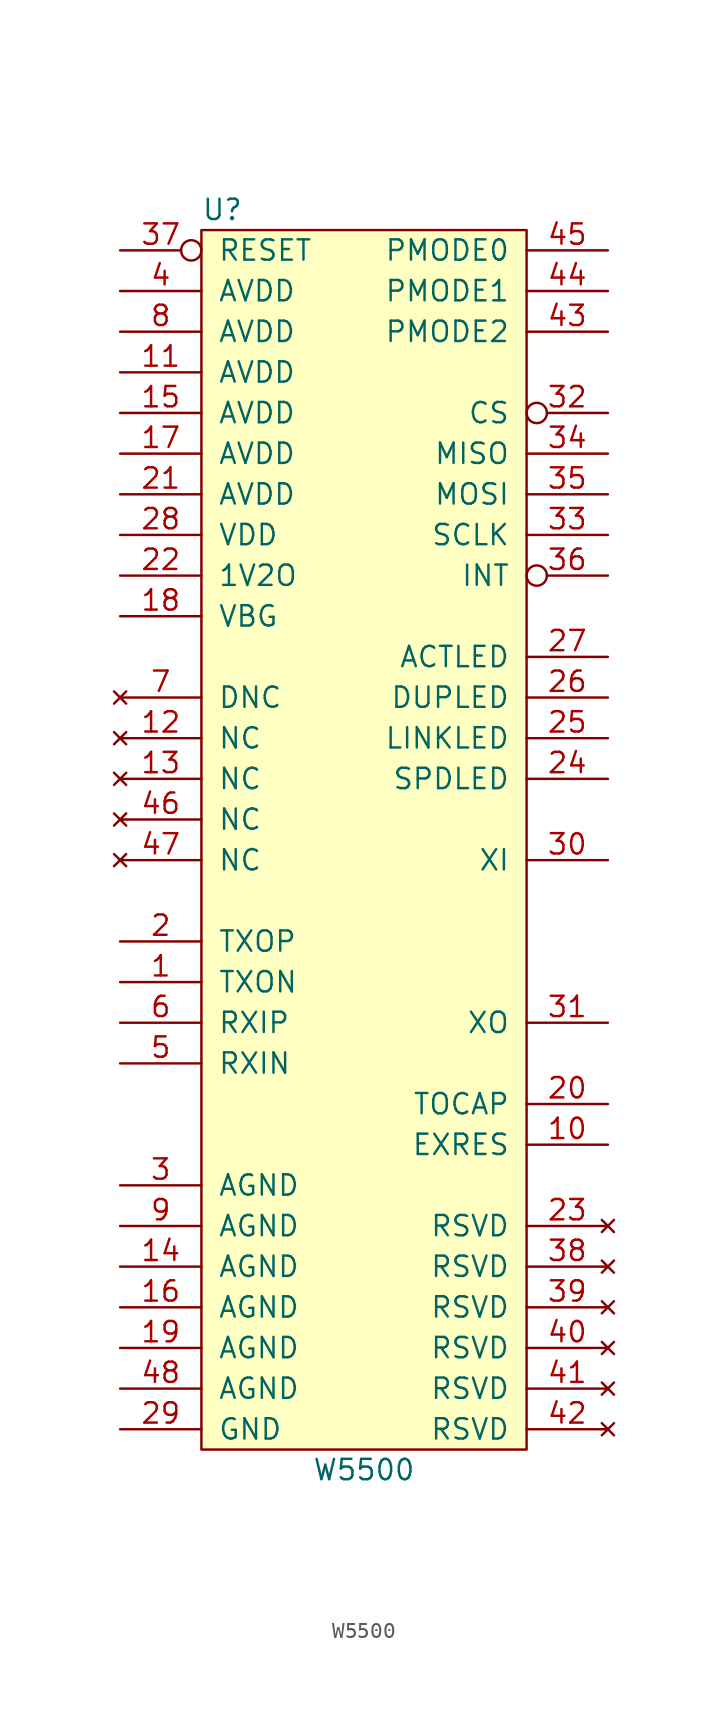
<source format=kicad_sym>
(kicad_symbol_lib
  (version 20211014)
  (generator kicad_symbol_editor)
  (symbol "W5500"
    (pin_names
      (offset 1.016))
    (property "Reference" "U"
      (at -10.16 44.45 0)
      (effects (font (size 1.27 1.27)) (justify left)))
    (property "Value" "W5500"
      (at 0 -34.29 0)
      (effects (font (size 1.27 1.27))))
    (symbol "W5500_0_1"
      (rectangle (start -10.16 43.18) (end 10.16 -33.02) (stroke (width 0) (type default) (color 0 0 0 0)) (fill (type background))))
    (symbol "W5500_1_1"
      (pin output line (at -15.24 -3.81 0) (length 5.08) (name "TXON" (effects (font (size 1.27 1.27)))) (number "1" (effects (font (size 1.27 1.27)))))
      (pin output line (at 15.24 -13.97 180) (length 5.08) (name "EXRES" (effects (font (size 1.27 1.27)))) (number "10" (effects (font (size 1.27 1.27)))))
      (pin power_in line (at -15.24 34.29 0) (length 5.08) (name "AVDD" (effects (font (size 1.27 1.27)))) (number "11" (effects (font (size 1.27 1.27)))))
      (pin no_connect line (at -15.24 11.43 0) (length 5.08) (name "NC" (effects (font (size 1.27 1.27)))) (number "12" (effects (font (size 1.27 1.27)))))
      (pin no_connect line (at -15.24 8.89 0) (length 5.08) (name "NC" (effects (font (size 1.27 1.27)))) (number "13" (effects (font (size 1.27 1.27)))))
      (pin power_in line (at -15.24 -21.59 0) (length 5.08) (name "AGND" (effects (font (size 1.27 1.27)))) (number "14" (effects (font (size 1.27 1.27)))))
      (pin power_in line (at -15.24 31.75 0) (length 5.08) (name "AVDD" (effects (font (size 1.27 1.27)))) (number "15" (effects (font (size 1.27 1.27)))))
      (pin power_in line (at -15.24 -24.13 0) (length 5.08) (name "AGND" (effects (font (size 1.27 1.27)))) (number "16" (effects (font (size 1.27 1.27)))))
      (pin power_in line (at -15.24 29.21 0) (length 5.08) (name "AVDD" (effects (font (size 1.27 1.27)))) (number "17" (effects (font (size 1.27 1.27)))))
      (pin power_out line (at -15.24 19.05 0) (length 5.08) (name "VBG" (effects (font (size 1.27 1.27)))) (number "18" (effects (font (size 1.27 1.27)))))
      (pin power_in line (at -15.24 -26.67 0) (length 5.08) (name "AGND" (effects (font (size 1.27 1.27)))) (number "19" (effects (font (size 1.27 1.27)))))
      (pin output line (at -15.24 -1.27 0) (length 5.08) (name "TXOP" (effects (font (size 1.27 1.27)))) (number "2" (effects (font (size 1.27 1.27)))))
      (pin output line (at 15.24 -11.43 180) (length 5.08) (name "TOCAP" (effects (font (size 1.27 1.27)))) (number "20" (effects (font (size 1.27 1.27)))))
      (pin power_in line (at -15.24 26.67 0) (length 5.08) (name "AVDD" (effects (font (size 1.27 1.27)))) (number "21" (effects (font (size 1.27 1.27)))))
      (pin power_out line (at -15.24 21.59 0) (length 5.08) (name "1V2O" (effects (font (size 1.27 1.27)))) (number "22" (effects (font (size 1.27 1.27)))))
      (pin no_connect line (at 15.24 -19.05 180) (length 5.08) (name "RSVD" (effects (font (size 1.27 1.27)))) (number "23" (effects (font (size 1.27 1.27)))))
      (pin output line (at 15.24 8.89 180) (length 5.08) (name "SPDLED" (effects (font (size 1.27 1.27)))) (number "24" (effects (font (size 1.27 1.27)))))
      (pin output line (at 15.24 11.43 180) (length 5.08) (name "LINKLED" (effects (font (size 1.27 1.27)))) (number "25" (effects (font (size 1.27 1.27)))))
      (pin output line (at 15.24 13.97 180) (length 5.08) (name "DUPLED" (effects (font (size 1.27 1.27)))) (number "26" (effects (font (size 1.27 1.27)))))
      (pin output line (at 15.24 16.51 180) (length 5.08) (name "ACTLED" (effects (font (size 1.27 1.27)))) (number "27" (effects (font (size 1.27 1.27)))))
      (pin power_in line (at -15.24 24.13 0) (length 5.08) (name "VDD" (effects (font (size 1.27 1.27)))) (number "28" (effects (font (size 1.27 1.27)))))
      (pin power_in line (at -15.24 -31.75 0) (length 5.08) (name "GND" (effects (font (size 1.27 1.27)))) (number "29" (effects (font (size 1.27 1.27)))))
      (pin power_in line (at -15.24 -16.51 0) (length 5.08) (name "AGND" (effects (font (size 1.27 1.27)))) (number "3" (effects (font (size 1.27 1.27)))))
      (pin input line (at 15.24 3.81 180) (length 5.08) (name "XI" (effects (font (size 1.27 1.27)))) (number "30" (effects (font (size 1.27 1.27)))))
      (pin input line (at 15.24 -6.35 180) (length 5.08) (name "XO" (effects (font (size 1.27 1.27)))) (number "31" (effects (font (size 1.27 1.27)))))
      (pin input inverted (at 15.24 31.75 180) (length 5.08) (name "CS" (effects (font (size 1.27 1.27)))) (number "32" (effects (font (size 1.27 1.27)))))
      (pin input line (at 15.24 24.13 180) (length 5.08) (name "SCLK" (effects (font (size 1.27 1.27)))) (number "33" (effects (font (size 1.27 1.27)))))
      (pin output line (at 15.24 29.21 180) (length 5.08) (name "MISO" (effects (font (size 1.27 1.27)))) (number "34" (effects (font (size 1.27 1.27)))))
      (pin input line (at 15.24 26.67 180) (length 5.08) (name "MOSI" (effects (font (size 1.27 1.27)))) (number "35" (effects (font (size 1.27 1.27)))))
      (pin output inverted (at 15.24 21.59 180) (length 5.08) (name "INT" (effects (font (size 1.27 1.27)))) (number "36" (effects (font (size 1.27 1.27)))))
      (pin input inverted (at -15.24 41.91 0) (length 5.08) (name "RESET" (effects (font (size 1.27 1.27)))) (number "37" (effects (font (size 1.27 1.27)))))
      (pin no_connect line (at 15.24 -21.59 180) (length 5.08) (name "RSVD" (effects (font (size 1.27 1.27)))) (number "38" (effects (font (size 1.27 1.27)))))
      (pin no_connect line (at 15.24 -24.13 180) (length 5.08) (name "RSVD" (effects (font (size 1.27 1.27)))) (number "39" (effects (font (size 1.27 1.27)))))
      (pin power_in line (at -15.24 39.37 0) (length 5.08) (name "AVDD" (effects (font (size 1.27 1.27)))) (number "4" (effects (font (size 1.27 1.27)))))
      (pin no_connect line (at 15.24 -26.67 180) (length 5.08) (name "RSVD" (effects (font (size 1.27 1.27)))) (number "40" (effects (font (size 1.27 1.27)))))
      (pin no_connect line (at 15.24 -29.21 180) (length 5.08) (name "RSVD" (effects (font (size 1.27 1.27)))) (number "41" (effects (font (size 1.27 1.27)))))
      (pin no_connect line (at 15.24 -31.75 180) (length 5.08) (name "RSVD" (effects (font (size 1.27 1.27)))) (number "42" (effects (font (size 1.27 1.27)))))
      (pin input line (at 15.24 36.83 180) (length 5.08) (name "PMODE2" (effects (font (size 1.27 1.27)))) (number "43" (effects (font (size 1.27 1.27)))))
      (pin input line (at 15.24 39.37 180) (length 5.08) (name "PMODE1" (effects (font (size 1.27 1.27)))) (number "44" (effects (font (size 1.27 1.27)))))
      (pin input line (at 15.24 41.91 180) (length 5.08) (name "PMODE0" (effects (font (size 1.27 1.27)))) (number "45" (effects (font (size 1.27 1.27)))))
      (pin no_connect line (at -15.24 6.35 0) (length 5.08) (name "NC" (effects (font (size 1.27 1.27)))) (number "46" (effects (font (size 1.27 1.27)))))
      (pin no_connect line (at -15.24 3.81 0) (length 5.08) (name "NC" (effects (font (size 1.27 1.27)))) (number "47" (effects (font (size 1.27 1.27)))))
      (pin power_in line (at -15.24 -29.21 0) (length 5.08) (name "AGND" (effects (font (size 1.27 1.27)))) (number "48" (effects (font (size 1.27 1.27)))))
      (pin input line (at -15.24 -8.89 0) (length 5.08) (name "RXIN" (effects (font (size 1.27 1.27)))) (number "5" (effects (font (size 1.27 1.27)))))
      (pin input line (at -15.24 -6.35 0) (length 5.08) (name "RXIP" (effects (font (size 1.27 1.27)))) (number "6" (effects (font (size 1.27 1.27)))))
      (pin no_connect line (at -15.24 13.97 0) (length 5.08) (name "DNC" (effects (font (size 1.27 1.27)))) (number "7" (effects (font (size 1.27 1.27)))))
      (pin power_in line (at -15.24 36.83 0) (length 5.08) (name "AVDD" (effects (font (size 1.27 1.27)))) (number "8" (effects (font (size 1.27 1.27)))))
      (pin power_in line (at -15.24 -19.05 0) (length 5.08) (name "AGND" (effects (font (size 1.27 1.27)))) (number "9" (effects (font (size 1.27 1.27))))))))
</source>
